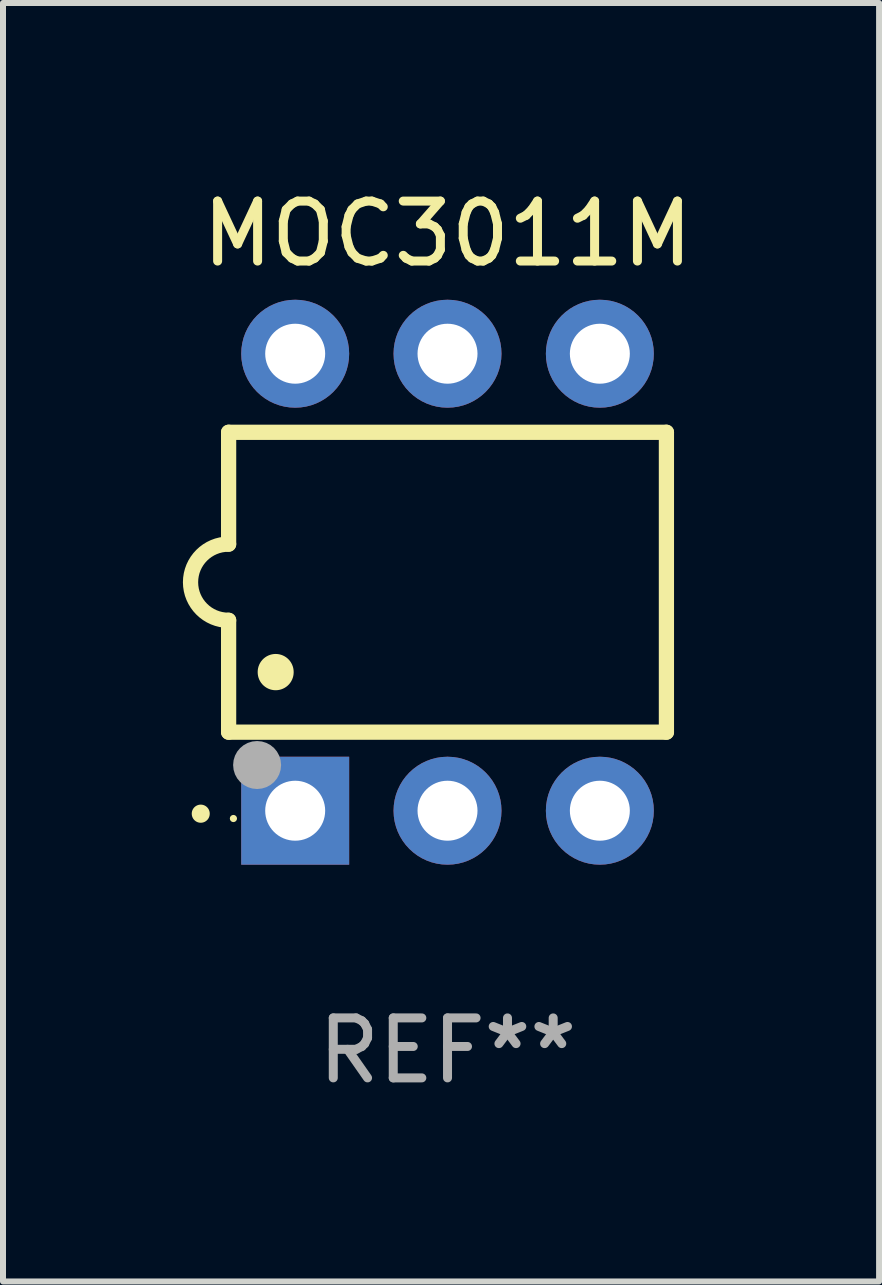
<source format=kicad_pcb>
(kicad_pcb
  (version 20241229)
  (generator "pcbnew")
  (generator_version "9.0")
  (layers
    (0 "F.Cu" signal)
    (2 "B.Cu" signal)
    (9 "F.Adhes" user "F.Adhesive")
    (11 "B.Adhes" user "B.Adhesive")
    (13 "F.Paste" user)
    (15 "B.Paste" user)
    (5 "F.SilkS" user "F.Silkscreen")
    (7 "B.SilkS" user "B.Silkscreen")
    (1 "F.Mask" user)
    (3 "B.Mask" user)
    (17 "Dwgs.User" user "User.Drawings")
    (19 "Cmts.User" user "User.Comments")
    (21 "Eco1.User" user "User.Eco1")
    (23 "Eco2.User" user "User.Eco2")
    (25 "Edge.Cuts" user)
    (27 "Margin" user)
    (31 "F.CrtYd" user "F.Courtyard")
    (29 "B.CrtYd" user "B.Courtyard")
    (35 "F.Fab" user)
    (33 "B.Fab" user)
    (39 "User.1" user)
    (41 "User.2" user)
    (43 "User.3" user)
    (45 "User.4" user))
  (footprint "MOC3011M"
    (layer "F.Cu")
    (at 4.412 6.658)
    (property "Reference" "MOC3011M" (at 0 -5.81 0) (layer "F.SilkS") (effects (font (size 1 1) (thickness 0.15))))
    (attr through_hole)
    (fp_line (start -3.65 -2.5) (end 3.65 -2.5) (stroke (width 0.254) (type solid)) (layer "F.SilkS"))
    (fp_line (start -3.65 -0.635) (end -3.65 -2.5) (stroke (width 0.254) (type solid)) (layer "F.SilkS"))
    (fp_line (start -3.65 0.635) (end -3.65 2.5) (stroke (width 0.254) (type solid)) (layer "F.SilkS"))
    (fp_line (start -3.65 2.5) (end 3.65 2.5) (stroke (width 0.254) (type solid)) (layer "F.SilkS"))
    (fp_line (start 3.65 -2.5) (end 3.65 2.5) (stroke (width 0.254) (type solid)) (layer "F.SilkS"))
    (fp_arc (start -4.114808 3.860808) (mid -4.114813 3.859538) (end -4.114808 3.858268) (stroke (width 0.3) (type solid)) (layer "F.SilkS"))
    (fp_arc (start -3.650013 0.635001) (mid -4.285014 0) (end -3.650013 -0.635001) (stroke (width 0.254001) (type solid)) (layer "F.SilkS"))
    (fp_arc (start -2.865405 1.501143) (mid -2.865416 1.498603) (end -2.865405 1.496063) (stroke (width 0.6) (type solid)) (layer "F.SilkS"))
    (fp_circle (center -3.57 3.94) (end -3.54 3.94) (stroke (width 0.06) (type solid)) (fill no) (layer "F.SilkS"))
    (fp_circle (center -3.175 3.048) (end -2.975 3.048) (stroke (width 0.4) (type solid)) (fill no) (layer "F.Fab"))
    (fp_text user "REF**" (at 0 7.81 0) (layer "F.Fab") (effects (font (size 1 1) (thickness 0.15))))
    (pad "1" thru_hole rect (at -2.54 3.81 90) (size 1.8 1.8) (drill 1) (layers "*.Cu" "*.Mask"))
    (pad "2" thru_hole circle (at 0 3.81) (size 1.8 1.8) (drill 1) (layers "*.Cu" "*.Mask"))
    (pad "3" thru_hole circle (at 2.54 3.81) (size 1.8 1.8) (drill 1) (layers "*.Cu" "*.Mask"))
    (pad "4" thru_hole circle (at 2.54 -3.81) (size 1.8 1.8) (drill 1) (layers "*.Cu" "*.Mask"))
    (pad "5" thru_hole circle (at 0 -3.81) (size 1.8 1.8) (drill 1) (layers "*.Cu" "*.Mask"))
    (pad "6" thru_hole circle (at -2.54 -3.81) (size 1.8 1.8) (drill 1) (layers "*.Cu" "*.Mask")))
  (gr_rect
    (start -3 -3)
    (end 11.608 18.317)
    (stroke (width 0.1) (type default))
    (fill no)
    (layer "Edge.Cuts")))
</source>
